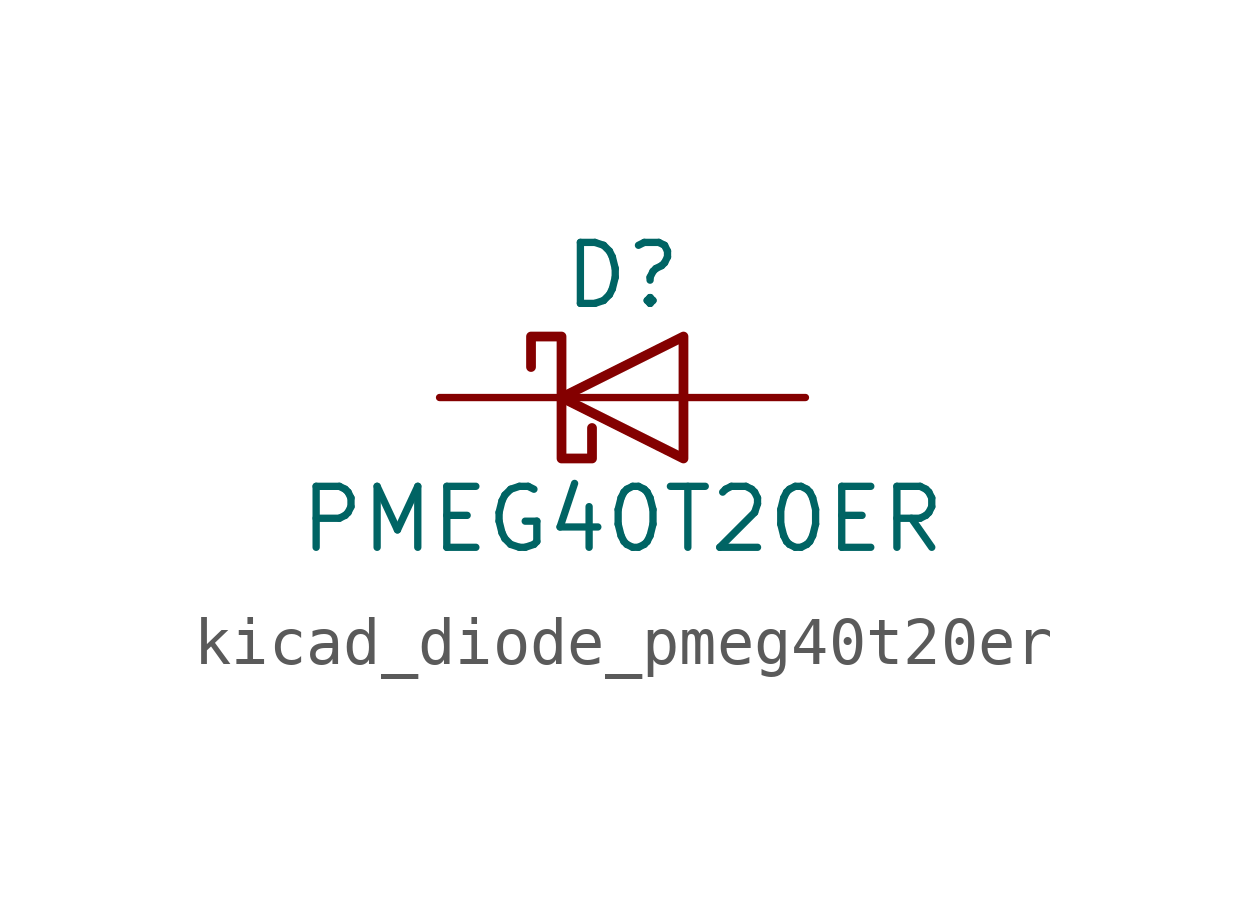
<source format=kicad_sym>
(kicad_symbol_lib
  (version 20220914)
  (generator kicad_symbol_editor)
  (symbol "kicad_diode_pmeg40t20er"
    (pin_numbers hide)
    (pin_names hide)
    (property "Reference" "D"
      (at 0 2.54 0)
      (effects (font (size 1.27 1.27))))
    (property "Value" "PMEG40T20ER"
      (at 0 -2.54 0)
      (effects (font (size 1.27 1.27))))
    (symbol "kicad_diode_pmeg40t20er_0_1"
      (polyline (pts (xy 1.27 0) (xy -1.27 0)) (stroke (width 0) (type default)) (fill (type none)))
      (polyline (pts (xy 1.27 1.27) (xy 1.27 -1.27) (xy -1.27 0) (xy 1.27 1.27)) (stroke (width 0.203) (type default)) (fill (type none)))
      (polyline (pts (xy -1.905 0.635) (xy -1.905 1.27) (xy -1.27 1.27) (xy -1.27 -1.27) (xy -0.635 -1.27) (xy -0.635 -0.635)) (stroke (width 0.203) (type default)) (fill (type none))))
    (symbol "kicad_diode_pmeg40t20er_1_1"
      (pin passive line (at -3.81 0 0) (length 2.54) (name "K" (effects (font (size 1.27 1.27)))) (number "1" (effects (font (size 1.27 1.27)))))
      (pin passive line (at 3.81 0 180) (length 2.54) (name "A" (effects (font (size 1.27 1.27)))) (number "2" (effects (font (size 1.27 1.27))))))))
</source>
